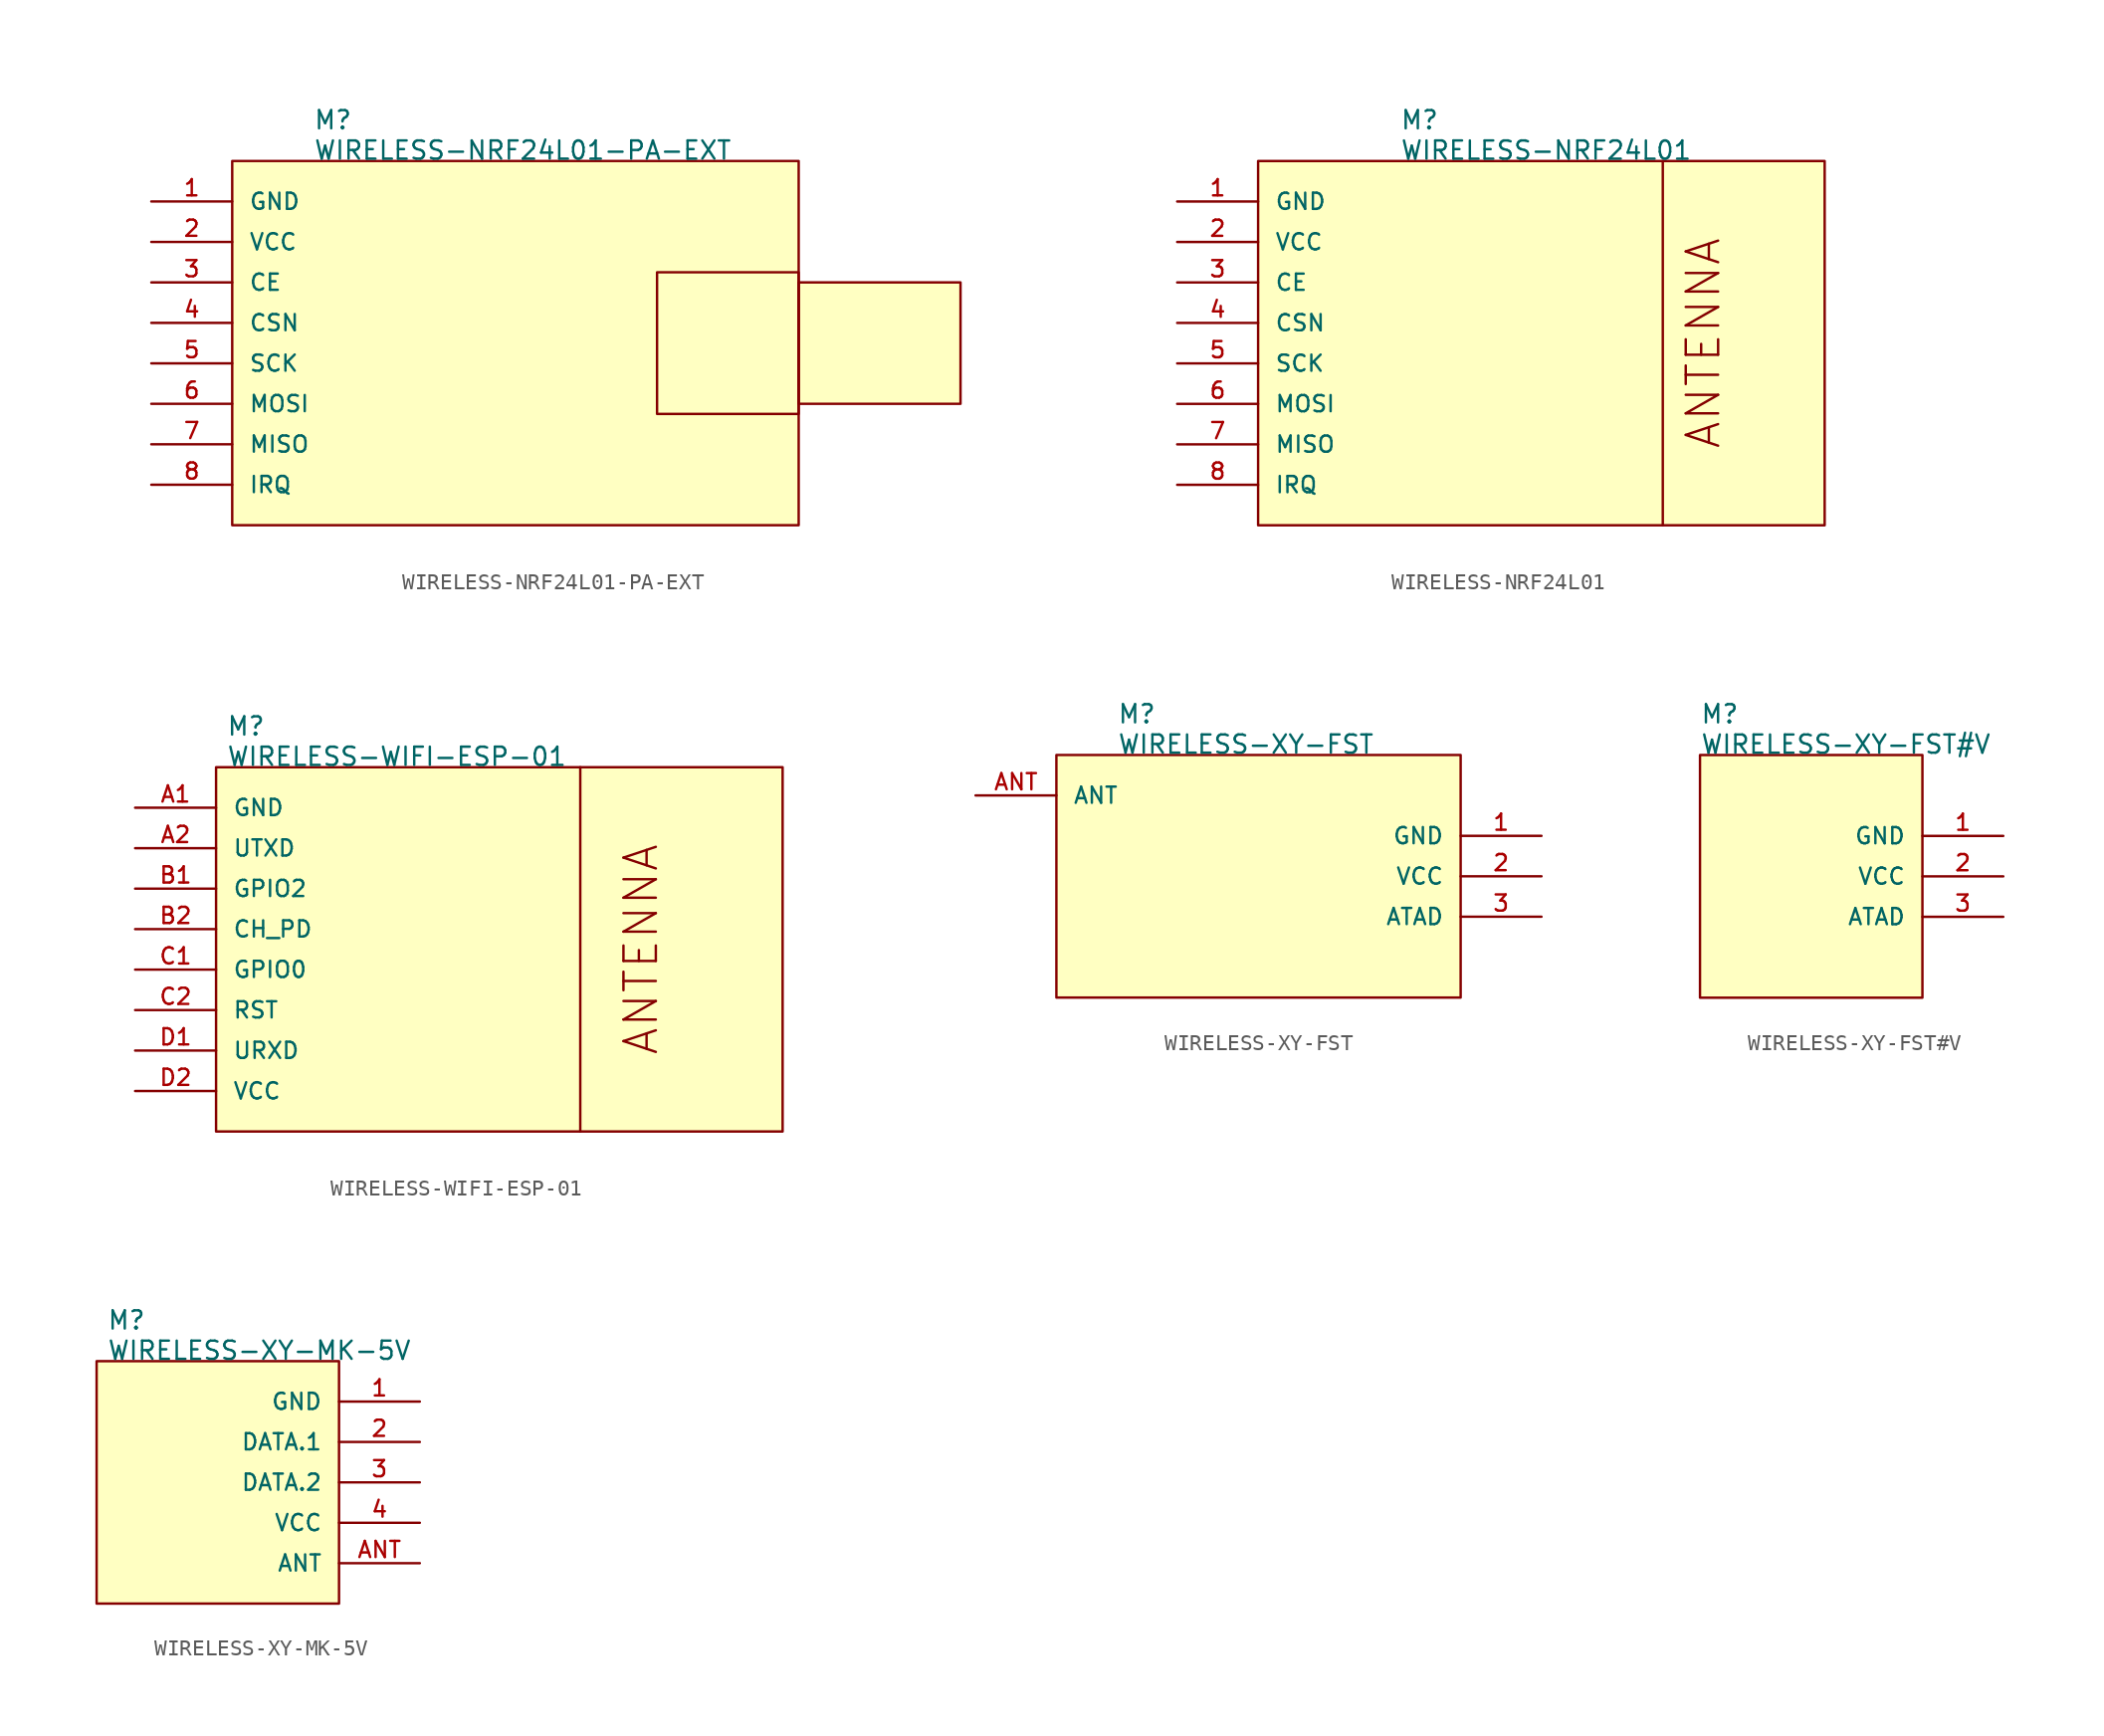
<source format=kicad_sym>
(kicad_symbol_lib
  (version 20211014)
  (generator kicad_symbol_editor)
  (symbol "WIRELESS-NRF24L01-PA-EXT"
    (pin_names
      (offset 1.016))
    (property "Reference" "M"
      (at -12.7 14.605 0)
      (effects (font (size 1.143 1.143)) (justify left bottom)))
    (property "Value" "WIRELESS-NRF24L01-PA-EXT"
      (at -12.7 12.7 0)
      (effects (font (size 1.143 1.143)) (justify left bottom)))
    (property "ki_locked" ""
      (at 0 0 0)
      (effects (font (size 1.27 1.27))))
    (symbol "WIRELESS-NRF24L01-PA-EXT_1_0"
      (rectangle (start 17.78 5.08) (end 27.94 -2.54) (stroke (width 0) (type default) (color 0 0 0 0)) (fill (type background)))
      (rectangle (start 17.78 5.715) (end 8.89 -3.175) (stroke (width 0) (type default) (color 0 0 0 0)) (fill (type none)))
      (rectangle (start 17.78 12.7) (end -17.78 -10.16) (stroke (width 0) (type default) (color 0 0 0 0)) (fill (type background))))
    (symbol "WIRELESS-NRF24L01-PA-EXT_1_1"
      (pin power_in line (at -22.86 10.16 0) (length 5.08) (name "GND" (effects (font (size 1.016 1.016)))) (number "1" (effects (font (size 1.016 1.016)))))
      (pin power_in line (at -22.86 7.62 0) (length 5.08) (name "VCC" (effects (font (size 1.016 1.016)))) (number "2" (effects (font (size 1.016 1.016)))))
      (pin bidirectional line (at -22.86 5.08 0) (length 5.08) (name "CE" (effects (font (size 1.016 1.016)))) (number "3" (effects (font (size 1.016 1.016)))))
      (pin bidirectional line (at -22.86 2.54 0) (length 5.08) (name "CSN" (effects (font (size 1.016 1.016)))) (number "4" (effects (font (size 1.016 1.016)))))
      (pin bidirectional line (at -22.86 0 0) (length 5.08) (name "SCK" (effects (font (size 1.016 1.016)))) (number "5" (effects (font (size 1.016 1.016)))))
      (pin bidirectional line (at -22.86 -2.54 0) (length 5.08) (name "MOSI" (effects (font (size 1.016 1.016)))) (number "6" (effects (font (size 1.016 1.016)))))
      (pin bidirectional line (at -22.86 -5.08 0) (length 5.08) (name "MISO" (effects (font (size 1.016 1.016)))) (number "7" (effects (font (size 1.016 1.016)))))
      (pin bidirectional line (at -22.86 -7.62 0) (length 5.08) (name "IRQ" (effects (font (size 1.016 1.016)))) (number "8" (effects (font (size 1.016 1.016)))))))
  (symbol "WIRELESS-NRF24L01"
    (pin_names
      (offset 1.016))
    (property "Reference" "M"
      (at -8.89 14.605 0)
      (effects (font (size 1.143 1.143)) (justify left bottom)))
    (property "Value" "WIRELESS-NRF24L01"
      (at -8.89 12.7 0)
      (effects (font (size 1.143 1.143)) (justify left bottom)))
    (property "ki_locked" ""
      (at 0 0 0)
      (effects (font (size 1.27 1.27))))
    (symbol "WIRELESS-NRF24L01_1_0"
      (rectangle (start -17.78 12.7) (end 17.78 -10.16) (stroke (width 0) (type default) (color 0 0 0 0)) (fill (type background)))
      (polyline (pts (xy 7.62 12.7) (xy 7.62 -10.16)) (stroke (width 0) (type default) (color 0 0 0 0)) (fill (type none)))
      (text "ANTENNA" (at 10.16 1.27 900) (effects (font (size 2.032 2.032)))))
    (symbol "WIRELESS-NRF24L01_1_1"
      (pin power_in line (at -22.86 10.16 0) (length 5.08) (name "GND" (effects (font (size 1.016 1.016)))) (number "1" (effects (font (size 1.016 1.016)))))
      (pin power_in line (at -22.86 7.62 0) (length 5.08) (name "VCC" (effects (font (size 1.016 1.016)))) (number "2" (effects (font (size 1.016 1.016)))))
      (pin bidirectional line (at -22.86 5.08 0) (length 5.08) (name "CE" (effects (font (size 1.016 1.016)))) (number "3" (effects (font (size 1.016 1.016)))))
      (pin bidirectional line (at -22.86 2.54 0) (length 5.08) (name "CSN" (effects (font (size 1.016 1.016)))) (number "4" (effects (font (size 1.016 1.016)))))
      (pin bidirectional line (at -22.86 0 0) (length 5.08) (name "SCK" (effects (font (size 1.016 1.016)))) (number "5" (effects (font (size 1.016 1.016)))))
      (pin bidirectional line (at -22.86 -2.54 0) (length 5.08) (name "MOSI" (effects (font (size 1.016 1.016)))) (number "6" (effects (font (size 1.016 1.016)))))
      (pin bidirectional line (at -22.86 -5.08 0) (length 5.08) (name "MISO" (effects (font (size 1.016 1.016)))) (number "7" (effects (font (size 1.016 1.016)))))
      (pin bidirectional line (at -22.86 -7.62 0) (length 5.08) (name "IRQ" (effects (font (size 1.016 1.016)))) (number "8" (effects (font (size 1.016 1.016)))))))
  (symbol "WIRELESS-WIFI-ESP-01"
    (pin_names
      (offset 1.016))
    (property "Reference" "M"
      (at -17.145 14.605 0)
      (effects (font (size 1.143 1.143)) (justify left bottom)))
    (property "Value" "WIRELESS-WIFI-ESP-01"
      (at -17.145 12.7 0)
      (effects (font (size 1.143 1.143)) (justify left bottom)))
    (property "ki_locked" ""
      (at 0 0 0)
      (effects (font (size 1.27 1.27))))
    (symbol "WIRELESS-WIFI-ESP-01_1_0"
      (rectangle (start -17.78 12.7) (end 17.78 -10.16) (stroke (width 0) (type default) (color 0 0 0 0)) (fill (type background)))
      (polyline (pts (xy 5.08 12.7) (xy 5.08 -10.16)) (stroke (width 0) (type default) (color 0 0 0 0)) (fill (type none)))
      (text "ANTENNA" (at 8.89 1.27 900) (effects (font (size 2.032 2.032)))))
    (symbol "WIRELESS-WIFI-ESP-01_1_1"
      (pin power_in line (at -22.86 10.16 0) (length 5.08) (name "GND" (effects (font (size 1.016 1.016)))) (number "A1" (effects (font (size 1.016 1.016)))))
      (pin bidirectional line (at -22.86 7.62 0) (length 5.08) (name "UTXD" (effects (font (size 1.016 1.016)))) (number "A2" (effects (font (size 1.016 1.016)))))
      (pin bidirectional line (at -22.86 5.08 0) (length 5.08) (name "GPIO2" (effects (font (size 1.016 1.016)))) (number "B1" (effects (font (size 1.016 1.016)))))
      (pin bidirectional line (at -22.86 2.54 0) (length 5.08) (name "CH_PD" (effects (font (size 1.016 1.016)))) (number "B2" (effects (font (size 1.016 1.016)))))
      (pin bidirectional line (at -22.86 0 0) (length 5.08) (name "GPIO0" (effects (font (size 1.016 1.016)))) (number "C1" (effects (font (size 1.016 1.016)))))
      (pin bidirectional line (at -22.86 -2.54 0) (length 5.08) (name "RST" (effects (font (size 1.016 1.016)))) (number "C2" (effects (font (size 1.016 1.016)))))
      (pin bidirectional line (at -22.86 -5.08 0) (length 5.08) (name "URXD" (effects (font (size 1.016 1.016)))) (number "D1" (effects (font (size 1.016 1.016)))))
      (pin power_in line (at -22.86 -7.62 0) (length 5.08) (name "VCC" (effects (font (size 1.016 1.016)))) (number "D2" (effects (font (size 1.016 1.016)))))))
  (symbol "WIRELESS-XY-FST"
    (pin_names
      (offset 1.016))
    (property "Reference" "M"
      (at -8.89 9.525 0)
      (effects (font (size 1.143 1.143)) (justify left bottom)))
    (property "Value" "WIRELESS-XY-FST"
      (at -8.89 7.62 0)
      (effects (font (size 1.143 1.143)) (justify left bottom)))
    (property "ki_locked" ""
      (at 0 0 0)
      (effects (font (size 1.27 1.27))))
    (symbol "WIRELESS-XY-FST_1_0"
      (rectangle (start -12.7 7.62) (end 12.7 -7.62) (stroke (width 0) (type default) (color 0 0 0 0)) (fill (type background))))
    (symbol "WIRELESS-XY-FST_1_1"
      (pin power_in line (at 17.78 2.54 180) (length 5.08) (name "GND" (effects (font (size 1.016 1.016)))) (number "1" (effects (font (size 1.016 1.016)))))
      (pin power_in line (at 17.78 0 180) (length 5.08) (name "VCC" (effects (font (size 1.016 1.016)))) (number "2" (effects (font (size 1.016 1.016)))))
      (pin input line (at 17.78 -2.54 180) (length 5.08) (name "ATAD" (effects (font (size 1.016 1.016)))) (number "3" (effects (font (size 1.016 1.016)))))
      (pin output line (at -17.78 5.08 0) (length 5.08) (name "ANT" (effects (font (size 1.016 1.016)))) (number "ANT" (effects (font (size 1.016 1.016)))))))
  (symbol "WIRELESS-XY-FST#V"
    (pin_names
      (offset 1.016))
    (property "Reference" "M"
      (at -11.43 9.525 0)
      (effects (font (size 1.143 1.143)) (justify left bottom)))
    (property "Value" "WIRELESS-XY-FST#V"
      (at -11.43 7.62 0)
      (effects (font (size 1.143 1.143)) (justify left bottom)))
    (property "ki_locked" ""
      (at 0 0 0)
      (effects (font (size 1.27 1.27))))
    (symbol "WIRELESS-XY-FST#V_1_0"
      (rectangle (start 2.54 7.62) (end -11.43 -7.62) (stroke (width 0) (type default) (color 0 0 0 0)) (fill (type background))))
    (symbol "WIRELESS-XY-FST#V_1_1"
      (pin power_in line (at 7.62 2.54 180) (length 5.08) (name "GND" (effects (font (size 1.016 1.016)))) (number "1" (effects (font (size 1.016 1.016)))))
      (pin power_in line (at 7.62 0 180) (length 5.08) (name "VCC" (effects (font (size 1.016 1.016)))) (number "2" (effects (font (size 1.016 1.016)))))
      (pin input line (at 7.62 -2.54 180) (length 5.08) (name "ATAD" (effects (font (size 1.016 1.016)))) (number "3" (effects (font (size 1.016 1.016)))))))
  (symbol "WIRELESS-XY-MK-5V"
    (pin_names
      (offset 1.016))
    (property "Reference" "M"
      (at -12.7 9.525 0)
      (effects (font (size 1.143 1.143)) (justify left bottom)))
    (property "Value" "WIRELESS-XY-MK-5V"
      (at -12.7 7.62 0)
      (effects (font (size 1.143 1.143)) (justify left bottom)))
    (property "ki_locked" ""
      (at 0 0 0)
      (effects (font (size 1.27 1.27))))
    (symbol "WIRELESS-XY-MK-5V_1_0"
      (rectangle (start -13.335 7.62) (end 1.905 -7.62) (stroke (width 0) (type default) (color 0 0 0 0)) (fill (type background))))
    (symbol "WIRELESS-XY-MK-5V_1_1"
      (pin bidirectional line (at 6.985 5.08 180) (length 5.08) (name "GND" (effects (font (size 1.016 1.016)))) (number "1" (effects (font (size 1.016 1.016)))))
      (pin bidirectional line (at 6.985 2.54 180) (length 5.08) (name "DATA.1" (effects (font (size 1.016 1.016)))) (number "2" (effects (font (size 1.016 1.016)))))
      (pin bidirectional line (at 6.985 0 180) (length 5.08) (name "DATA.2" (effects (font (size 1.016 1.016)))) (number "3" (effects (font (size 1.016 1.016)))))
      (pin bidirectional line (at 6.985 -2.54 180) (length 5.08) (name "VCC" (effects (font (size 1.016 1.016)))) (number "4" (effects (font (size 1.016 1.016)))))
      (pin output line (at 6.985 -5.08 180) (length 5.08) (name "ANT" (effects (font (size 1.016 1.016)))) (number "ANT" (effects (font (size 1.016 1.016))))))))
</source>
